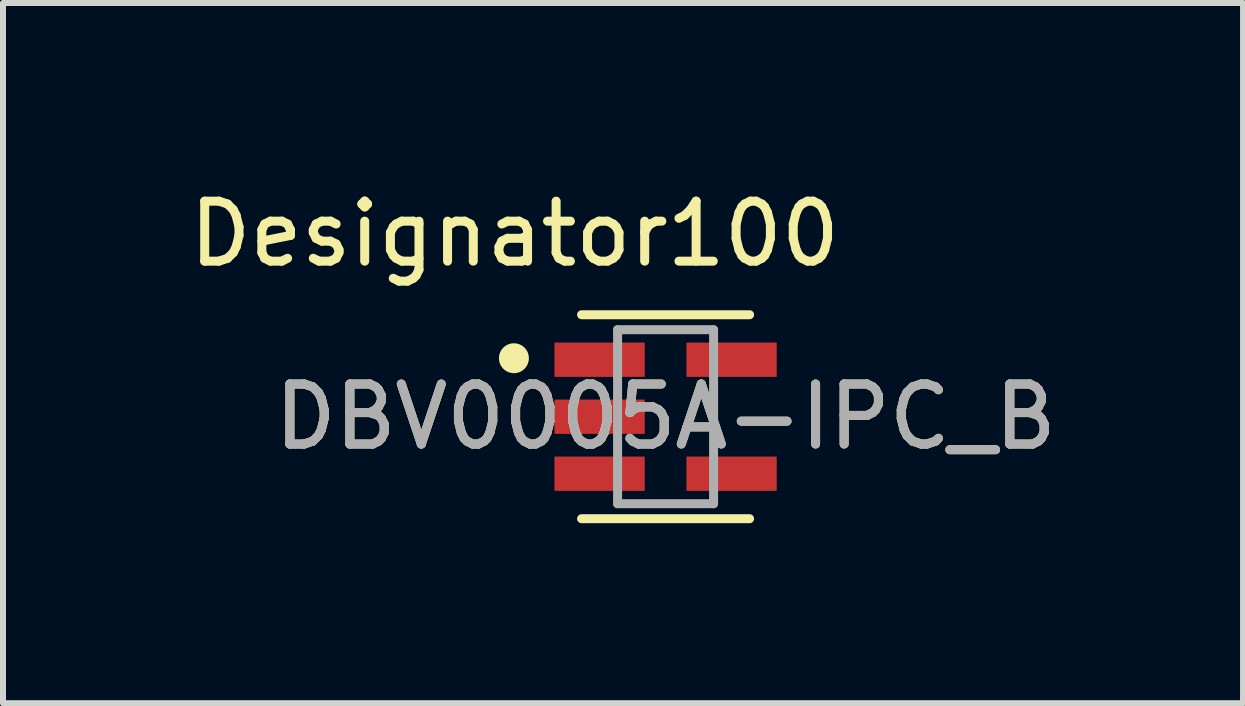
<source format=kicad_pcb>
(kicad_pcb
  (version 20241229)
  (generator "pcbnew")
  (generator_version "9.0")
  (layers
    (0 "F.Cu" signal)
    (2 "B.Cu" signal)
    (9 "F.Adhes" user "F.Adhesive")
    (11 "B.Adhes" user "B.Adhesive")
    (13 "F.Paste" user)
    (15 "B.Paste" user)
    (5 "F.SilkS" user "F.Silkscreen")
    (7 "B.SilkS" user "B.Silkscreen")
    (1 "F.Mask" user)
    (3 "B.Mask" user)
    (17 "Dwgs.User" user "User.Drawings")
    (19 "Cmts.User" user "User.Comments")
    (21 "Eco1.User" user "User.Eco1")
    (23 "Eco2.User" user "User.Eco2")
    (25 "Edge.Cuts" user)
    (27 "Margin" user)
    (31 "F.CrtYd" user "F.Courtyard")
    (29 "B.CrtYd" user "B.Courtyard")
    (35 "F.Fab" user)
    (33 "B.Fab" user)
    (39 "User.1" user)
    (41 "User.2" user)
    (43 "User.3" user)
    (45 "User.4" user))
  (footprint "DBV0005A-IPC_B"
    (layer "F.Cu")
    (at 8.044 3.896)
    (property "Reference" "DBV0005A-IPC_B" (at 0 0 0) (unlocked yes) (layer "F.SilkS") (effects (font (size 1 1) (thickness 0.15))))
    (attr smd)
    (fp_line (start -1.4 -1.7) (end 1.4 -1.7) (stroke (width 0.15) (type solid)) (layer "F.SilkS"))
    (fp_line (start -1.4 1.7) (end 1.4 1.7) (stroke (width 0.15) (type solid)) (layer "F.SilkS"))
    (fp_circle (center -2.528 -0.975) (end -2.403 -0.975) (stroke (width 0.25) (type solid)) (fill no) (layer "F.SilkS"))
    (fp_line (start -0.8 -1.45) (end 0.8 -1.45) (stroke (width 0.15) (type solid)) (layer "F.Fab"))
    (fp_line (start -0.8 1.45) (end -0.8 -1.45) (stroke (width 0.15) (type solid)) (layer "F.Fab"))
    (fp_line (start -0.8 1.45) (end 0.8 1.45) (stroke (width 0.15) (type solid)) (layer "F.Fab"))
    (fp_line (start 0.8 1.45) (end 0.8 -1.45) (stroke (width 0.15) (type solid)) (layer "F.Fab"))
    (fp_text user "Designator100" (at -2.515 -3.048 0) (unlocked yes) (layer "F.SilkS") (effects (font (size 1 1) (thickness 0.15))))
    (fp_text user "${REFERENCE}" (at 0 0 0) (unlocked yes) (layer "F.Fab") (effects (font (size 1 1) (thickness 0.15))))
    (pad "1" smd rect (at -1.1 -0.95) (size 1.505 0.572) (layers "F.Cu" "F.Mask" "F.Paste"))
    (pad "2" smd rect (at -1.1 0) (size 1.505 0.572) (layers "F.Cu" "F.Mask" "F.Paste"))
    (pad "3" smd rect (at -1.1 0.95) (size 1.505 0.572) (layers "F.Cu" "F.Mask" "F.Paste"))
    (pad "4" smd rect (at 1.1 0.95) (size 1.505 0.572) (layers "F.Cu" "F.Mask" "F.Paste"))
    (pad "5" smd rect (at 1.1 -0.95) (size 1.505 0.572) (layers "F.Cu" "F.Mask" "F.Paste")))
  (gr_rect
    (start -3 -3)
    (end 17.669 8.671)
    (stroke (width 0.1) (type default))
    (fill no)
    (layer "Edge.Cuts")))
</source>
